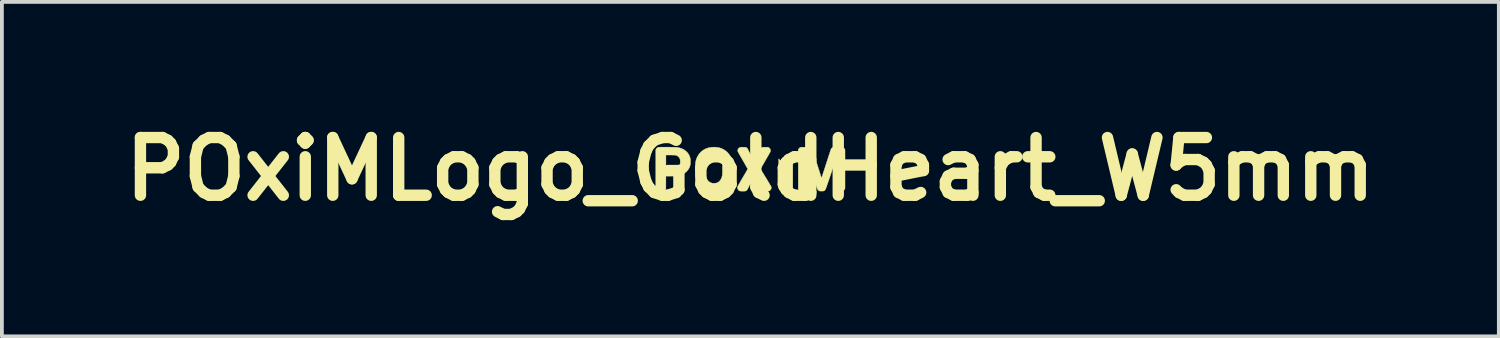
<source format=kicad_pcb>
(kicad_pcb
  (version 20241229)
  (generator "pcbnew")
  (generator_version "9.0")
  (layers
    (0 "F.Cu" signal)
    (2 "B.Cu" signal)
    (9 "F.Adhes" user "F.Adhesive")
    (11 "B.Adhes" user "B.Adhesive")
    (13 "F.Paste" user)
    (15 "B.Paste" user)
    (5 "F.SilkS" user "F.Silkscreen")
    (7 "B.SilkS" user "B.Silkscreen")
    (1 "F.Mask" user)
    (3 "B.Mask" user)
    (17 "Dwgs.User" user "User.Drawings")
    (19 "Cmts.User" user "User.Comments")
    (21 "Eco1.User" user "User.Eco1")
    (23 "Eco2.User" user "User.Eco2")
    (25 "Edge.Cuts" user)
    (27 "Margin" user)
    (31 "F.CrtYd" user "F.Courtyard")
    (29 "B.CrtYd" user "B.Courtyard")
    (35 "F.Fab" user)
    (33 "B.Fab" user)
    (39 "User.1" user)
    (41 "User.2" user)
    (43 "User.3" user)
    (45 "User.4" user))
  (footprint "POxiMLogo_GoldHeart_W5mm"
    (layer "F.Cu")
    (at 16.771 1.418)
    (property "Reference" "POxiMLogo_GoldHeart_W5mm" (at 0 0 0) (layer "F.SilkS") (effects (font (size 1.524 1.524) (thickness 0.3))))
    (attr through_hole)
    (fp_poly (pts (xy 0.875 -0.575) (xy 0.894 -0.566) (xy 0.902 -0.56) (xy 0.914 -0.549) (xy 0.924 -0.535) (xy 0.932 -0.52) (xy 0.936 -0.511) (xy 0.939 -0.497) (xy 0.941 -0.505) (xy 0.947 -0.523) (xy 0.957 -0.539) (xy 0.97 -0.555) (xy 0.985 -0.567) (xy 0.995 -0.572) (xy 1.007 -0.576) (xy 1.022 -0.578) (xy 1.038 -0.578) (xy 1.053 -0.577) (xy 1.066 -0.574) (xy 1.07 -0.572) (xy 1.083 -0.564) (xy 1.096 -0.553) (xy 1.107 -0.541) (xy 1.116 -0.528) (xy 1.117 -0.526) (xy 1.121 -0.518) (xy 1.123 -0.51) (xy 1.124 -0.501) (xy 1.124 -0.49) (xy 1.123 -0.479) (xy 1.122 -0.468) (xy 1.118 -0.458) (xy 1.113 -0.447) (xy 1.105 -0.435) (xy 1.094 -0.42) (xy 1.093 -0.417) (xy 1.088 -0.412) (xy 1.08 -0.403) (xy 1.07 -0.392) (xy 1.059 -0.38) (xy 1.046 -0.366) (xy 1.032 -0.351) (xy 1.018 -0.336) (xy 1.003 -0.322) (xy 0.989 -0.307) (xy 0.976 -0.294) (xy 0.964 -0.282) (xy 0.954 -0.272) (xy 0.946 -0.265) (xy 0.941 -0.26) (xy 0.939 -0.259) (xy 0.937 -0.261) (xy 0.931 -0.266) (xy 0.923 -0.273) (xy 0.913 -0.284) (xy 0.901 -0.296) (xy 0.887 -0.309) (xy 0.875 -0.321) (xy 0.851 -0.346) (xy 0.83 -0.367) (xy 0.812 -0.387) (xy 0.798 -0.403) (xy 0.786 -0.418) (xy 0.776 -0.432) (xy 0.768 -0.444) (xy 0.763 -0.454) (xy 0.758 -0.465) (xy 0.755 -0.473) (xy 0.754 -0.481) (xy 0.753 -0.489) (xy 0.756 -0.51) (xy 0.763 -0.528) (xy 0.773 -0.544) (xy 0.786 -0.557) (xy 0.802 -0.568) (xy 0.819 -0.575) (xy 0.837 -0.579) (xy 0.856 -0.579) (xy 0.875 -0.575)) (stroke (width 0.01) (type solid)) (fill yes) (layer "F.Mask"))
    (fp_poly (pts (xy 0.844 -0.178) (xy 0.939 -0.084) (xy 1.001 -0.146) (xy 1.017 -0.162) (xy 1.034 -0.179) (xy 1.05 -0.195) (xy 1.065 -0.21) (xy 1.078 -0.223) (xy 1.089 -0.233) (xy 1.093 -0.237) (xy 1.123 -0.265) (xy 1.122 0.125) (xy 1.121 0.514) (xy 1.116 0.526) (xy 1.108 0.539) (xy 1.098 0.551) (xy 1.087 0.562) (xy 1.076 0.57) (xy 1.074 0.57) (xy 1.069 0.573) (xy 1.063 0.575) (xy 1.056 0.577) (xy 1.049 0.578) (xy 1.04 0.58) (xy 1.028 0.58) (xy 1.015 0.581) (xy 0.997 0.581) (xy 0.976 0.581) (xy 0.951 0.582) (xy 0.934 0.581) (xy 0.907 0.581) (xy 0.884 0.581) (xy 0.866 0.581) (xy 0.851 0.581) (xy 0.84 0.58) (xy 0.831 0.58) (xy 0.824 0.579) (xy 0.819 0.578) (xy 0.818 0.578) (xy 0.798 0.57) (xy 0.781 0.558) (xy 0.767 0.542) (xy 0.756 0.524) (xy 0.756 0.524) (xy 0.751 0.509) (xy 0.749 -0.273) (xy 0.844 -0.178)) (stroke (width 0.01) (type solid)) (fill yes) (layer "F.SilkS"))
    (fp_poly (pts (xy -2.272 -0.581) (xy -2.237 -0.581) (xy -2.198 -0.581) (xy -2.188 -0.581) (xy -2.147 -0.581) (xy -2.111 -0.581) (xy -2.08 -0.58) (xy -2.052 -0.58) (xy -2.028 -0.58) (xy -2.007 -0.579) (xy -1.988 -0.579) (xy -1.972 -0.578) (xy -1.959 -0.577) (xy -1.946 -0.576) (xy -1.935 -0.575) (xy -1.925 -0.574) (xy -1.916 -0.572) (xy -1.906 -0.571) (xy -1.897 -0.568) (xy -1.887 -0.566) (xy -1.878 -0.564) (xy -1.834 -0.551) (xy -1.792 -0.534) (xy -1.754 -0.514) (xy -1.719 -0.49) (xy -1.687 -0.463) (xy -1.659 -0.433) (xy -1.635 -0.4) (xy -1.615 -0.365) (xy -1.601 -0.329) (xy -1.594 -0.311) (xy -1.59 -0.295) (xy -1.586 -0.278) (xy -1.584 -0.262) (xy -1.582 -0.243) (xy -1.582 -0.222) (xy -1.581 -0.198) (xy -1.581 -0.178) (xy -1.582 -0.163) (xy -1.582 -0.151) (xy -1.583 -0.14) (xy -1.584 -0.131) (xy -1.585 -0.122) (xy -1.587 -0.115) (xy -1.597 -0.077) (xy -1.61 -0.043) (xy -1.626 -0.011) (xy -1.647 0.019) (xy -1.671 0.048) (xy -1.681 0.059) (xy -1.711 0.086) (xy -1.743 0.109) (xy -1.778 0.129) (xy -1.815 0.146) (xy -1.856 0.16) (xy -1.9 0.171) (xy -1.933 0.177) (xy -1.94 0.178) (xy -1.949 0.179) (xy -1.959 0.179) (xy -1.971 0.18) (xy -1.986 0.181) (xy -2.004 0.181) (xy -2.025 0.181) (xy -2.051 0.182) (xy -2.081 0.182) (xy -2.095 0.182) (xy -2.23 0.183) (xy -2.231 0.35) (xy -2.231 0.517) (xy -2.239 0.53) (xy -2.251 0.548) (xy -2.266 0.563) (xy -2.285 0.573) (xy -2.304 0.579) (xy -2.312 0.58) (xy -2.324 0.581) (xy -2.339 0.581) (xy -2.356 0.581) (xy -2.373 0.581) (xy -2.389 0.581) (xy -2.405 0.58) (xy -2.417 0.58) (xy -2.427 0.579) (xy -2.43 0.578) (xy -2.449 0.571) (xy -2.467 0.559) (xy -2.481 0.544) (xy -2.491 0.528) (xy -2.498 0.512) (xy -2.498 -0.025) (xy -2.23 -0.025) (xy -2.106 -0.026) (xy -2.078 -0.026) (xy -2.054 -0.026) (xy -2.035 -0.027) (xy -2.019 -0.027) (xy -2.006 -0.027) (xy -1.995 -0.028) (xy -1.987 -0.028) (xy -1.981 -0.029) (xy -1.976 -0.03) (xy -1.971 -0.031) (xy -1.967 -0.032) (xy -1.963 -0.033) (xy -1.936 -0.043) (xy -1.913 -0.058) (xy -1.892 -0.076) (xy -1.875 -0.098) (xy -1.862 -0.123) (xy -1.858 -0.135) (xy -1.855 -0.144) (xy -1.853 -0.152) (xy -1.852 -0.159) (xy -1.851 -0.169) (xy -1.851 -0.181) (xy -1.851 -0.196) (xy -1.851 -0.216) (xy -1.852 -0.232) (xy -1.854 -0.247) (xy -1.857 -0.26) (xy -1.862 -0.273) (xy -1.869 -0.287) (xy -1.877 -0.301) (xy -1.887 -0.314) (xy -1.897 -0.325) (xy -1.914 -0.34) (xy -1.931 -0.352) (xy -1.95 -0.361) (xy -1.966 -0.366) (xy -1.971 -0.367) (xy -1.975 -0.368) (xy -1.98 -0.369) (xy -1.985 -0.37) (xy -1.992 -0.371) (xy -2.001 -0.371) (xy -2.012 -0.372) (xy -2.027 -0.372) (xy -2.044 -0.372) (xy -2.065 -0.372) (xy -2.09 -0.373) (xy -2.108 -0.373) (xy -2.23 -0.374) (xy -2.23 -0.025) (xy -2.498 -0.025) (xy -2.498 -0.512) (xy -2.491 -0.528) (xy -2.481 -0.543) (xy -2.469 -0.557) (xy -2.454 -0.568) (xy -2.449 -0.571) (xy -2.446 -0.573) (xy -2.442 -0.575) (xy -2.438 -0.576) (xy -2.433 -0.577) (xy -2.427 -0.578) (xy -2.419 -0.579) (xy -2.41 -0.58) (xy -2.399 -0.58) (xy -2.386 -0.581) (xy -2.37 -0.581) (xy -2.351 -0.581) (xy -2.328 -0.581) (xy -2.302 -0.581) (xy -2.272 -0.581)) (stroke (width 0.01) (type solid)) (fill yes) (layer "F.SilkS"))
    (fp_poly (pts (xy -0.93 -0.581) (xy -0.878 -0.576) (xy -0.829 -0.567) (xy -0.782 -0.554) (xy -0.738 -0.536) (xy -0.696 -0.513) (xy -0.656 -0.487) (xy -0.619 -0.456) (xy -0.59 -0.426) (xy -0.559 -0.388) (xy -0.533 -0.348) (xy -0.511 -0.305) (xy -0.494 -0.26) (xy -0.48 -0.212) (xy -0.472 -0.162) (xy -0.47 -0.146) (xy -0.469 -0.137) (xy -0.469 -0.122) (xy -0.468 -0.105) (xy -0.468 -0.084) (xy -0.468 -0.061) (xy -0.468 -0.036) (xy -0.467 -0.01) (xy -0.467 0.016) (xy -0.468 0.042) (xy -0.468 0.066) (xy -0.468 0.089) (xy -0.468 0.109) (xy -0.469 0.126) (xy -0.47 0.139) (xy -0.47 0.146) (xy -0.477 0.198) (xy -0.489 0.246) (xy -0.505 0.292) (xy -0.525 0.336) (xy -0.55 0.377) (xy -0.579 0.415) (xy -0.613 0.451) (xy -0.632 0.469) (xy -0.668 0.497) (xy -0.707 0.521) (xy -0.749 0.541) (xy -0.793 0.558) (xy -0.84 0.57) (xy -0.889 0.578) (xy -0.94 0.581) (xy -0.992 0.581) (xy -1.021 0.579) (xy -1.071 0.572) (xy -1.118 0.56) (xy -1.164 0.544) (xy -1.207 0.524) (xy -1.248 0.499) (xy -1.286 0.47) (xy -1.321 0.438) (xy -1.352 0.402) (xy -1.356 0.396) (xy -1.384 0.356) (xy -1.406 0.314) (xy -1.425 0.269) (xy -1.438 0.222) (xy -1.448 0.172) (xy -1.449 0.164) (xy -1.45 0.153) (xy -1.451 0.138) (xy -1.452 0.119) (xy -1.452 0.097) (xy -1.453 0.072) (xy -1.453 0.046) (xy -1.453 0.018) (xy -1.453 0.006) (xy -1.186 0.006) (xy -1.186 0.041) (xy -1.185 0.071) (xy -1.185 0.098) (xy -1.183 0.121) (xy -1.182 0.141) (xy -1.179 0.159) (xy -1.177 0.175) (xy -1.175 0.183) (xy -1.165 0.219) (xy -1.151 0.252) (xy -1.135 0.281) (xy -1.116 0.307) (xy -1.094 0.329) (xy -1.069 0.346) (xy -1.043 0.359) (xy -1.023 0.365) (xy -1.013 0.368) (xy -1.005 0.37) (xy -0.997 0.372) (xy -0.99 0.372) (xy -0.981 0.373) (xy -0.969 0.373) (xy -0.954 0.372) (xy -0.953 0.372) (xy -0.937 0.372) (xy -0.925 0.371) (xy -0.916 0.371) (xy -0.908 0.369) (xy -0.9 0.367) (xy -0.89 0.364) (xy -0.888 0.363) (xy -0.86 0.351) (xy -0.834 0.335) (xy -0.811 0.314) (xy -0.791 0.29) (xy -0.774 0.261) (xy -0.759 0.229) (xy -0.748 0.193) (xy -0.748 0.192) (xy -0.746 0.182) (xy -0.743 0.172) (xy -0.742 0.162) (xy -0.74 0.151) (xy -0.739 0.138) (xy -0.738 0.124) (xy -0.738 0.108) (xy -0.737 0.088) (xy -0.737 0.066) (xy -0.737 0.039) (xy -0.737 0.008) (xy -0.737 0) (xy -0.737 -0.032) (xy -0.737 -0.06) (xy -0.737 -0.083) (xy -0.737 -0.103) (xy -0.738 -0.12) (xy -0.739 -0.135) (xy -0.74 -0.148) (xy -0.741 -0.159) (xy -0.743 -0.17) (xy -0.745 -0.18) (xy -0.747 -0.19) (xy -0.748 -0.192) (xy -0.759 -0.228) (xy -0.774 -0.26) (xy -0.791 -0.289) (xy -0.811 -0.314) (xy -0.835 -0.335) (xy -0.861 -0.351) (xy -0.889 -0.363) (xy -0.898 -0.366) (xy -0.906 -0.368) (xy -0.914 -0.37) (xy -0.923 -0.371) (xy -0.933 -0.372) (xy -0.946 -0.372) (xy -0.961 -0.372) (xy -0.982 -0.372) (xy -0.998 -0.371) (xy -1.012 -0.369) (xy -1.025 -0.366) (xy -1.037 -0.362) (xy -1.051 -0.357) (xy -1.055 -0.354) (xy -1.08 -0.34) (xy -1.103 -0.321) (xy -1.124 -0.298) (xy -1.142 -0.272) (xy -1.157 -0.242) (xy -1.167 -0.215) (xy -1.171 -0.202) (xy -1.174 -0.19) (xy -1.177 -0.177) (xy -1.179 -0.164) (xy -1.181 -0.15) (xy -1.182 -0.134) (xy -1.184 -0.115) (xy -1.184 -0.093) (xy -1.185 -0.067) (xy -1.185 -0.037) (xy -1.185 -0.033) (xy -1.186 0.006) (xy -1.453 0.006) (xy -1.453 -0.01) (xy -1.453 -0.037) (xy -1.453 -0.064) (xy -1.452 -0.089) (xy -1.452 -0.112) (xy -1.451 -0.132) (xy -1.45 -0.149) (xy -1.449 -0.161) (xy -1.449 -0.164) (xy -1.44 -0.214) (xy -1.427 -0.262) (xy -1.409 -0.307) (xy -1.387 -0.35) (xy -1.362 -0.389) (xy -1.332 -0.426) (xy -1.298 -0.46) (xy -1.279 -0.476) (xy -1.243 -0.503) (xy -1.204 -0.526) (xy -1.164 -0.545) (xy -1.122 -0.559) (xy -1.077 -0.57) (xy -1.029 -0.577) (xy -0.983 -0.581) (xy -0.93 -0.581)) (stroke (width 0.01) (type solid)) (fill yes) (layer "F.SilkS"))
    (fp_poly (pts (xy 0.478 -0.574) (xy 0.496 -0.563) (xy 0.511 -0.549) (xy 0.523 -0.532) (xy 0.525 -0.528) (xy 0.529 -0.518) (xy 0.531 -0.51) (xy 0.532 -0.501) (xy 0.532 -0.49) (xy 0.532 -0.479) (xy 0.531 -0.47) (xy 0.529 -0.462) (xy 0.525 -0.453) (xy 0.524 -0.452) (xy 0.522 -0.448) (xy 0.517 -0.439) (xy 0.51 -0.427) (xy 0.501 -0.411) (xy 0.491 -0.392) (xy 0.478 -0.37) (xy 0.464 -0.346) (xy 0.449 -0.32) (xy 0.433 -0.293) (xy 0.417 -0.263) (xy 0.399 -0.233) (xy 0.392 -0.22) (xy 0.267 -0.005) (xy 0.408 0.225) (xy 0.43 0.261) (xy 0.451 0.295) (xy 0.47 0.327) (xy 0.487 0.356) (xy 0.503 0.382) (xy 0.517 0.405) (xy 0.528 0.425) (xy 0.537 0.441) (xy 0.544 0.453) (xy 0.549 0.461) (xy 0.551 0.466) (xy 0.551 0.466) (xy 0.553 0.477) (xy 0.553 0.49) (xy 0.553 0.496) (xy 0.549 0.518) (xy 0.541 0.536) (xy 0.529 0.553) (xy 0.512 0.566) (xy 0.5 0.573) (xy 0.484 0.58) (xy 0.419 0.581) (xy 0.395 0.581) (xy 0.375 0.581) (xy 0.359 0.581) (xy 0.346 0.58) (xy 0.336 0.578) (xy 0.327 0.576) (xy 0.319 0.573) (xy 0.312 0.57) (xy 0.308 0.568) (xy 0.304 0.565) (xy 0.301 0.563) (xy 0.297 0.56) (xy 0.294 0.556) (xy 0.29 0.551) (xy 0.285 0.546) (xy 0.281 0.538) (xy 0.275 0.529) (xy 0.269 0.518) (xy 0.262 0.504) (xy 0.253 0.488) (xy 0.244 0.47) (xy 0.233 0.448) (xy 0.22 0.423) (xy 0.206 0.395) (xy 0.19 0.363) (xy 0.173 0.327) (xy 0.153 0.287) (xy 0.144 0.269) (xy 0.101 0.182) (xy 0.011 0.362) (xy -0.006 0.396) (xy -0.021 0.426) (xy -0.034 0.452) (xy -0.045 0.475) (xy -0.055 0.494) (xy -0.063 0.51) (xy -0.071 0.524) (xy -0.077 0.535) (xy -0.082 0.543) (xy -0.087 0.55) (xy -0.092 0.556) (xy -0.096 0.56) (xy -0.101 0.564) (xy -0.105 0.567) (xy -0.11 0.569) (xy -0.115 0.572) (xy -0.117 0.573) (xy -0.133 0.58) (xy -0.196 0.581) (xy -0.214 0.581) (xy -0.23 0.581) (xy -0.245 0.58) (xy -0.257 0.58) (xy -0.266 0.579) (xy -0.269 0.579) (xy -0.288 0.573) (xy -0.305 0.562) (xy -0.32 0.547) (xy -0.331 0.53) (xy -0.332 0.529) (xy -0.337 0.514) (xy -0.34 0.496) (xy -0.34 0.479) (xy -0.337 0.463) (xy -0.336 0.461) (xy -0.334 0.457) (xy -0.33 0.449) (xy -0.323 0.437) (xy -0.315 0.422) (xy -0.304 0.404) (xy -0.292 0.383) (xy -0.278 0.359) (xy -0.264 0.333) (xy -0.248 0.305) (xy -0.231 0.276) (xy -0.213 0.245) (xy -0.201 0.225) (xy -0.183 0.194) (xy -0.165 0.164) (xy -0.149 0.136) (xy -0.133 0.109) (xy -0.119 0.085) (xy -0.107 0.063) (xy -0.095 0.043) (xy -0.086 0.027) (xy -0.078 0.014) (xy -0.073 0.004) (xy -0.07 -0.001) (xy -0.069 -0.003) (xy -0.07 -0.006) (xy -0.074 -0.013) (xy -0.08 -0.023) (xy -0.087 -0.038) (xy -0.097 -0.055) (xy -0.109 -0.076) (xy -0.122 -0.099) (xy -0.137 -0.125) (xy -0.153 -0.153) (xy -0.17 -0.183) (xy -0.188 -0.215) (xy -0.197 -0.229) (xy -0.215 -0.261) (xy -0.232 -0.291) (xy -0.248 -0.32) (xy -0.264 -0.347) (xy -0.278 -0.372) (xy -0.291 -0.395) (xy -0.302 -0.415) (xy -0.312 -0.432) (xy -0.319 -0.446) (xy -0.325 -0.456) (xy -0.328 -0.463) (xy -0.329 -0.465) (xy -0.332 -0.479) (xy -0.332 -0.496) (xy -0.33 -0.512) (xy -0.326 -0.526) (xy -0.317 -0.54) (xy -0.305 -0.554) (xy -0.291 -0.566) (xy -0.279 -0.573) (xy -0.263 -0.58) (xy -0.196 -0.58) (xy -0.175 -0.58) (xy -0.158 -0.58) (xy -0.145 -0.58) (xy -0.136 -0.579) (xy -0.128 -0.579) (xy -0.123 -0.578) (xy -0.119 -0.576) (xy -0.117 -0.576) (xy -0.103 -0.569) (xy -0.09 -0.56) (xy -0.079 -0.549) (xy -0.077 -0.546) (xy -0.074 -0.542) (xy -0.07 -0.534) (xy -0.064 -0.522) (xy -0.056 -0.507) (xy -0.047 -0.489) (xy -0.037 -0.468) (xy -0.026 -0.445) (xy -0.013 -0.419) (xy -0.001 -0.393) (xy 0.013 -0.365) (xy 0.026 -0.338) (xy 0.038 -0.312) (xy 0.05 -0.287) (xy 0.061 -0.264) (xy 0.071 -0.244) (xy 0.079 -0.227) (xy 0.086 -0.213) (xy 0.092 -0.202) (xy 0.095 -0.195) (xy 0.096 -0.192) (xy 0.096 -0.192) (xy 0.098 -0.194) (xy 0.101 -0.2) (xy 0.106 -0.21) (xy 0.113 -0.224) (xy 0.122 -0.241) (xy 0.132 -0.26) (xy 0.143 -0.282) (xy 0.155 -0.307) (xy 0.167 -0.333) (xy 0.181 -0.36) (xy 0.183 -0.365) (xy 0.199 -0.397) (xy 0.213 -0.426) (xy 0.225 -0.45) (xy 0.235 -0.471) (xy 0.243 -0.488) (xy 0.251 -0.503) (xy 0.257 -0.515) (xy 0.262 -0.524) (xy 0.266 -0.532) (xy 0.27 -0.538) (xy 0.273 -0.543) (xy 0.276 -0.547) (xy 0.279 -0.55) (xy 0.281 -0.553) (xy 0.282 -0.554) (xy 0.296 -0.566) (xy 0.311 -0.574) (xy 0.311 -0.574) (xy 0.316 -0.576) (xy 0.321 -0.578) (xy 0.325 -0.579) (xy 0.331 -0.579) (xy 0.339 -0.58) (xy 0.35 -0.58) (xy 0.363 -0.58) (xy 0.381 -0.58) (xy 0.395 -0.58) (xy 0.464 -0.58) (xy 0.478 -0.574)) (stroke (width 0.01) (type solid)) (fill yes) (layer "F.SilkS"))
    (fp_poly (pts (xy 2.377 -0.581) (xy 2.394 -0.581) (xy 2.408 -0.58) (xy 2.419 -0.58) (xy 2.428 -0.579) (xy 2.436 -0.577) (xy 2.442 -0.575) (xy 2.448 -0.573) (xy 2.452 -0.571) (xy 2.467 -0.561) (xy 2.48 -0.548) (xy 2.491 -0.533) (xy 2.493 -0.528) (xy 2.501 -0.512) (xy 2.501 0.512) (xy 2.493 0.528) (xy 2.482 0.546) (xy 2.468 0.561) (xy 2.45 0.572) (xy 2.43 0.579) (xy 2.429 0.579) (xy 2.421 0.58) (xy 2.409 0.581) (xy 2.395 0.581) (xy 2.378 0.582) (xy 2.361 0.582) (xy 2.345 0.581) (xy 2.329 0.581) (xy 2.317 0.58) (xy 2.308 0.579) (xy 2.307 0.579) (xy 2.286 0.573) (xy 2.268 0.562) (xy 2.252 0.547) (xy 2.241 0.53) (xy 2.234 0.517) (xy 2.233 0.389) (xy 2.233 0.367) (xy 2.233 0.347) (xy 2.233 0.329) (xy 2.233 0.311) (xy 2.233 0.295) (xy 2.234 0.278) (xy 2.234 0.261) (xy 2.235 0.243) (xy 2.235 0.223) (xy 2.236 0.202) (xy 2.237 0.179) (xy 2.238 0.153) (xy 2.24 0.123) (xy 2.241 0.09) (xy 2.243 0.053) (xy 2.245 0.013) (xy 2.247 -0.022) (xy 2.248 -0.056) (xy 2.25 -0.088) (xy 2.251 -0.117) (xy 2.252 -0.145) (xy 2.253 -0.169) (xy 2.254 -0.19) (xy 2.255 -0.208) (xy 2.255 -0.222) (xy 2.255 -0.231) (xy 2.255 -0.237) (xy 2.255 -0.237) (xy 2.253 -0.237) (xy 2.251 -0.233) (xy 2.25 -0.232) (xy 2.249 -0.229) (xy 2.247 -0.221) (xy 2.242 -0.209) (xy 2.237 -0.193) (xy 2.23 -0.173) (xy 2.222 -0.15) (xy 2.213 -0.124) (xy 2.203 -0.094) (xy 2.192 -0.062) (xy 2.18 -0.028) (xy 2.168 0.009) (xy 2.154 0.048) (xy 2.141 0.088) (xy 2.126 0.13) (xy 2.119 0.151) (xy 2.101 0.204) (xy 2.085 0.252) (xy 2.07 0.296) (xy 2.056 0.336) (xy 2.044 0.371) (xy 2.033 0.403) (xy 2.023 0.431) (xy 2.015 0.455) (xy 2.007 0.476) (xy 2.001 0.493) (xy 1.996 0.508) (xy 1.991 0.52) (xy 1.988 0.529) (xy 1.985 0.535) (xy 1.983 0.539) (xy 1.982 0.54) (xy 1.97 0.555) (xy 1.954 0.567) (xy 1.937 0.576) (xy 1.931 0.578) (xy 1.924 0.579) (xy 1.915 0.58) (xy 1.904 0.58) (xy 1.888 0.58) (xy 1.88 0.58) (xy 1.864 0.58) (xy 1.852 0.58) (xy 1.843 0.58) (xy 1.836 0.579) (xy 1.831 0.578) (xy 1.826 0.576) (xy 1.82 0.573) (xy 1.819 0.573) (xy 1.807 0.566) (xy 1.795 0.556) (xy 1.784 0.545) (xy 1.776 0.534) (xy 1.775 0.532) (xy 1.774 0.529) (xy 1.771 0.521) (xy 1.767 0.509) (xy 1.761 0.493) (xy 1.754 0.473) (xy 1.746 0.45) (xy 1.737 0.423) (xy 1.727 0.394) (xy 1.716 0.362) (xy 1.704 0.327) (xy 1.692 0.29) (xy 1.678 0.252) (xy 1.665 0.211) (xy 1.65 0.17) (xy 1.643 0.149) (xy 1.629 0.106) (xy 1.615 0.066) (xy 1.602 0.026) (xy 1.589 -0.011) (xy 1.577 -0.047) (xy 1.565 -0.08) (xy 1.555 -0.11) (xy 1.546 -0.138) (xy 1.537 -0.162) (xy 1.53 -0.183) (xy 1.524 -0.201) (xy 1.519 -0.214) (xy 1.516 -0.224) (xy 1.514 -0.229) (xy 1.513 -0.23) (xy 1.511 -0.231) (xy 1.51 -0.231) (xy 1.51 -0.228) (xy 1.51 -0.221) (xy 1.511 -0.209) (xy 1.511 -0.193) (xy 1.512 -0.174) (xy 1.513 -0.151) (xy 1.514 -0.125) (xy 1.516 -0.096) (xy 1.517 -0.065) (xy 1.519 -0.032) (xy 1.52 0.003) (xy 1.522 0.028) (xy 1.524 0.071) (xy 1.526 0.109) (xy 1.527 0.143) (xy 1.529 0.173) (xy 1.53 0.2) (xy 1.531 0.223) (xy 1.532 0.245) (xy 1.532 0.264) (xy 1.533 0.282) (xy 1.533 0.299) (xy 1.533 0.315) (xy 1.534 0.331) (xy 1.534 0.347) (xy 1.534 0.363) (xy 1.534 0.381) (xy 1.534 0.4) (xy 1.533 0.427) (xy 1.533 0.45) (xy 1.533 0.468) (xy 1.533 0.483) (xy 1.533 0.494) (xy 1.532 0.503) (xy 1.532 0.51) (xy 1.531 0.515) (xy 1.53 0.519) (xy 1.529 0.522) (xy 1.528 0.525) (xy 1.527 0.526) (xy 1.52 0.539) (xy 1.51 0.551) (xy 1.498 0.562) (xy 1.487 0.57) (xy 1.486 0.57) (xy 1.476 0.574) (xy 1.465 0.578) (xy 1.461 0.579) (xy 1.454 0.58) (xy 1.443 0.58) (xy 1.428 0.581) (xy 1.412 0.581) (xy 1.396 0.581) (xy 1.379 0.581) (xy 1.363 0.581) (xy 1.35 0.58) (xy 1.341 0.58) (xy 1.337 0.579) (xy 1.319 0.573) (xy 1.302 0.563) (xy 1.287 0.549) (xy 1.275 0.533) (xy 1.273 0.528) (xy 1.266 0.514) (xy 1.266 -0.514) (xy 1.273 -0.528) (xy 1.284 -0.545) (xy 1.298 -0.56) (xy 1.316 -0.572) (xy 1.318 -0.573) (xy 1.335 -0.58) (xy 1.453 -0.58) (xy 1.48 -0.58) (xy 1.503 -0.58) (xy 1.522 -0.58) (xy 1.537 -0.58) (xy 1.55 -0.58) (xy 1.559 -0.58) (xy 1.566 -0.579) (xy 1.572 -0.579) (xy 1.576 -0.578) (xy 1.58 -0.577) (xy 1.583 -0.576) (xy 1.585 -0.575) (xy 1.601 -0.566) (xy 1.615 -0.555) (xy 1.626 -0.542) (xy 1.632 -0.533) (xy 1.633 -0.529) (xy 1.636 -0.521) (xy 1.64 -0.509) (xy 1.645 -0.494) (xy 1.651 -0.474) (xy 1.659 -0.452) (xy 1.667 -0.426) (xy 1.676 -0.398) (xy 1.686 -0.368) (xy 1.696 -0.335) (xy 1.707 -0.301) (xy 1.719 -0.266) (xy 1.73 -0.23) (xy 1.742 -0.193) (xy 1.754 -0.156) (xy 1.766 -0.119) (xy 1.778 -0.082) (xy 1.79 -0.045) (xy 1.801 -0.01) (xy 1.812 0.024) (xy 1.823 0.057) (xy 1.832 0.088) (xy 1.842 0.117) (xy 1.85 0.143) (xy 1.857 0.166) (xy 1.864 0.186) (xy 1.869 0.203) (xy 1.873 0.216) (xy 1.876 0.225) (xy 1.877 0.229) (xy 1.877 0.23) (xy 1.879 0.231) (xy 1.88 0.231) (xy 1.881 0.229) (xy 1.884 0.222) (xy 1.888 0.21) (xy 1.894 0.194) (xy 1.901 0.173) (xy 1.909 0.149) (xy 1.919 0.12) (xy 1.929 0.087) (xy 1.941 0.051) (xy 1.955 0.01) (xy 1.969 -0.033) (xy 1.984 -0.081) (xy 2 -0.131) (xy 2.004 -0.142) (xy 2.018 -0.184) (xy 2.031 -0.225) (xy 2.044 -0.265) (xy 2.056 -0.303) (xy 2.068 -0.339) (xy 2.079 -0.373) (xy 2.089 -0.404) (xy 2.099 -0.433) (xy 2.107 -0.458) (xy 2.114 -0.48) (xy 2.121 -0.498) (xy 2.125 -0.513) (xy 2.129 -0.523) (xy 2.131 -0.529) (xy 2.132 -0.53) (xy 2.142 -0.546) (xy 2.156 -0.561) (xy 2.172 -0.572) (xy 2.179 -0.575) (xy 2.182 -0.576) (xy 2.186 -0.577) (xy 2.19 -0.578) (xy 2.195 -0.579) (xy 2.201 -0.579) (xy 2.21 -0.58) (xy 2.221 -0.58) (xy 2.234 -0.581) (xy 2.252 -0.581) (xy 2.273 -0.581) (xy 2.299 -0.581) (xy 2.303 -0.581) (xy 2.332 -0.581) (xy 2.357 -0.581) (xy 2.377 -0.581)) (stroke (width 0.01) (type solid)) (fill yes) (layer "F.SilkS")))
  (gr_rect
    (start -3 -3)
    (end 36.543 5.836)
    (stroke (width 0.1) (type default))
    (fill no)
    (layer "Edge.Cuts")))
</source>
